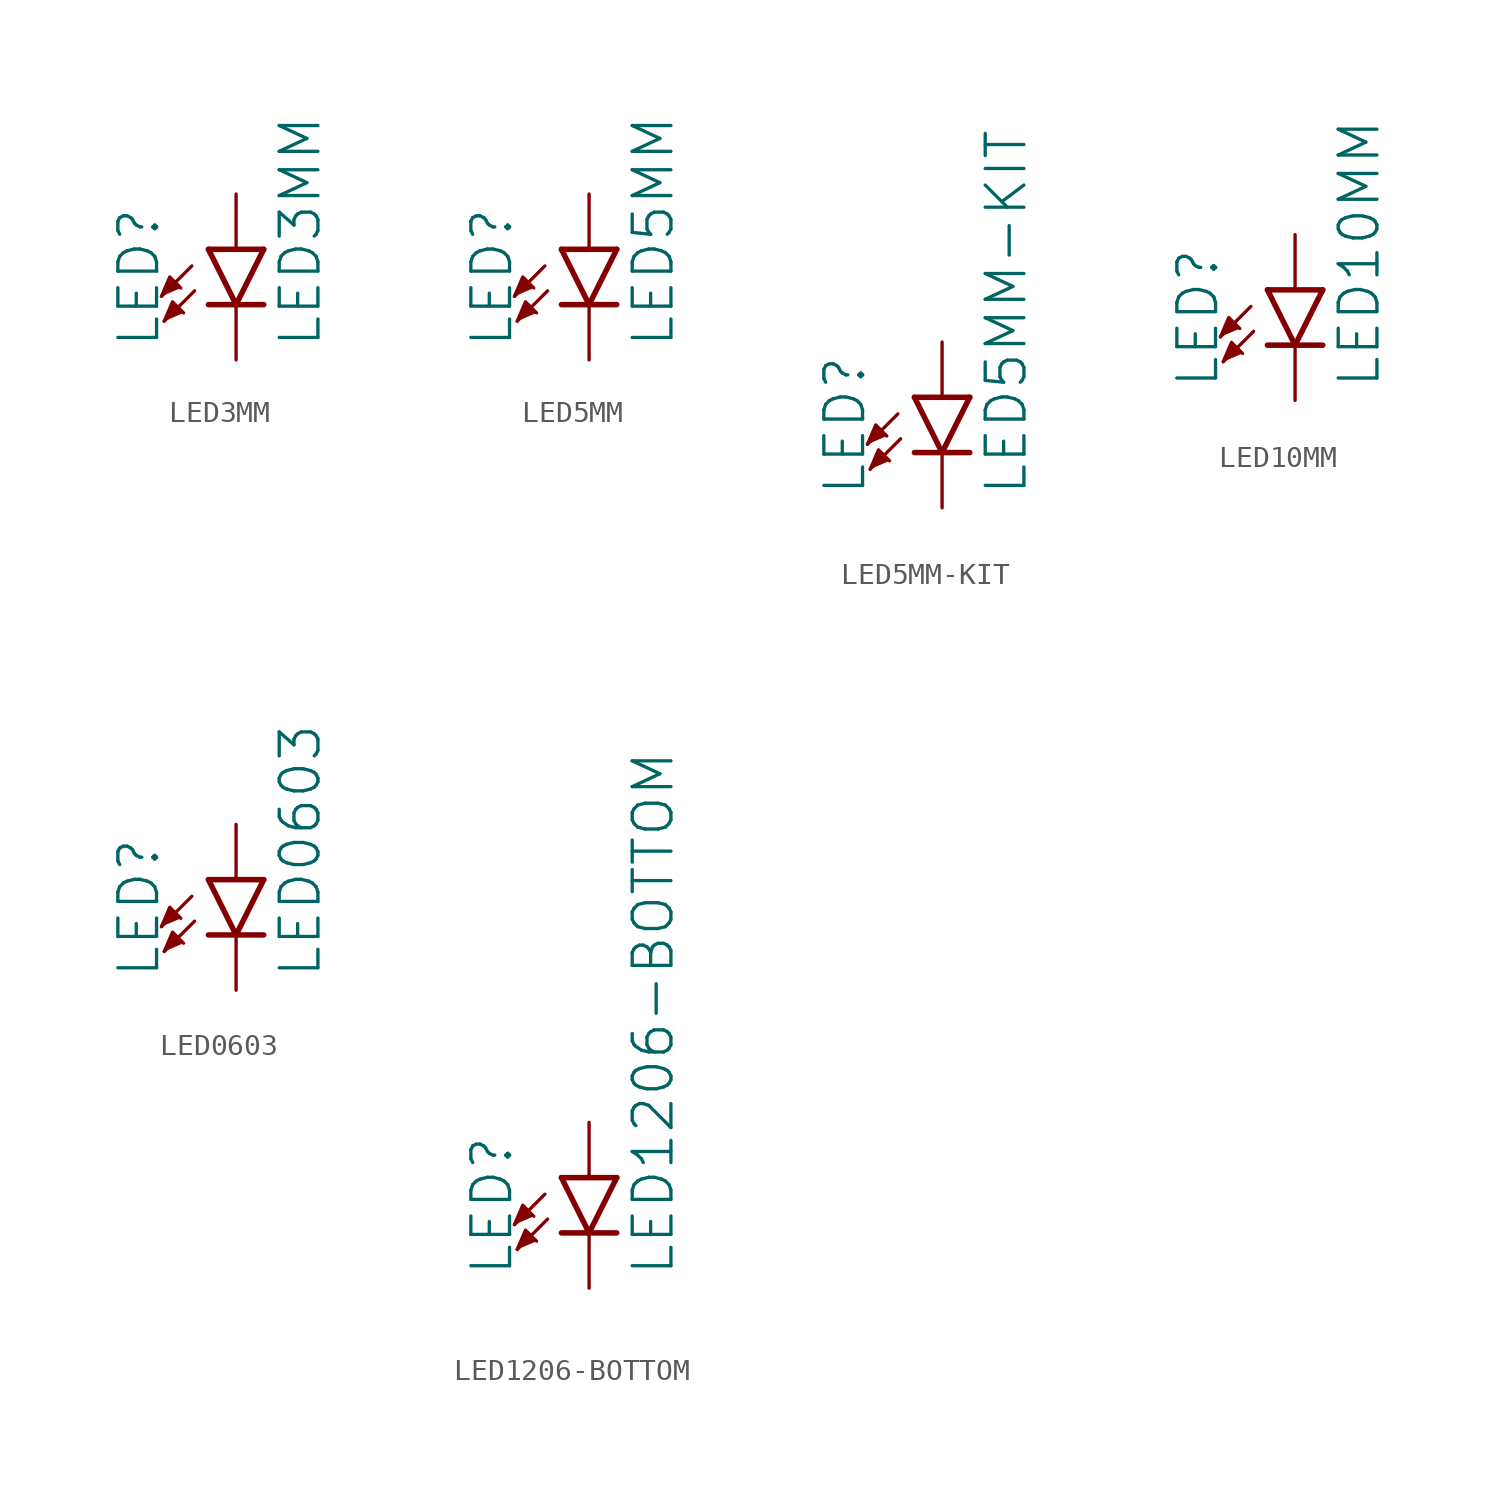
<source format=kicad_sym>
(kicad_symbol_lib
  (version 20211014)
  (generator kicad_symbol_editor)
  (symbol "LED3MM"
    (property "Reference" "LED"
      (at -3.429 -4.572 90)
      (effects (font (size 1.778 1.778)) (justify left bottom)))
    (property "Value" "LED3MM"
      (at 1.905 -4.572 90)
      (effects (font (size 1.778 1.778)) (justify left top)))
    (property "ki_locked" ""
      (at 0 0 0)
      (effects (font (size 1.27 1.27))))
    (symbol "LED3MM_1_0"
      (polyline (pts (xy -2.032 -0.762) (xy -3.429 -2.159)) (stroke (width 0.152) (type default) (color 0 0 0 0)) (fill (type none)))
      (polyline (pts (xy -1.905 -1.905) (xy -3.302 -3.302)) (stroke (width 0.152) (type default) (color 0 0 0 0)) (fill (type none)))
      (polyline (pts (xy 0 -2.54) (xy -1.27 -2.54)) (stroke (width 0.254) (type default) (color 0 0 0 0)) (fill (type none)))
      (polyline (pts (xy 0 -2.54) (xy -1.27 0)) (stroke (width 0.254) (type default) (color 0 0 0 0)) (fill (type none)))
      (polyline (pts (xy 1.27 -2.54) (xy 0 -2.54)) (stroke (width 0.254) (type default) (color 0 0 0 0)) (fill (type none)))
      (polyline (pts (xy 1.27 0) (xy -1.27 0)) (stroke (width 0.254) (type default) (color 0 0 0 0)) (fill (type none)))
      (polyline (pts (xy 1.27 0) (xy 0 -2.54)) (stroke (width 0.254) (type default) (color 0 0 0 0)) (fill (type none)))
      (polyline (pts (xy -3.429 -2.159) (xy -3.048 -1.27) (xy -2.54 -1.778)) (stroke (width 0) (type default) (color 0 0 0 0)) (fill (type outline)))
      (polyline (pts (xy -3.302 -3.302) (xy -2.921 -2.413) (xy -2.413 -2.921)) (stroke (width 0) (type default) (color 0 0 0 0)) (fill (type outline)))
      (pin passive line (at 0 2.54 270) (length 2.54) (name "A" (effects (font (size 0 0)))) (number "A" (effects (font (size 0 0)))))
      (pin passive line (at 0 -5.08 90) (length 2.54) (name "C" (effects (font (size 0 0)))) (number "K" (effects (font (size 0 0)))))))
  (symbol "LED5MM"
    (property "Reference" "LED"
      (at -3.429 -4.572 90)
      (effects (font (size 1.778 1.778)) (justify left bottom)))
    (property "Value" "LED5MM"
      (at 1.905 -4.572 90)
      (effects (font (size 1.778 1.778)) (justify left top)))
    (property "ki_locked" ""
      (at 0 0 0)
      (effects (font (size 1.27 1.27))))
    (symbol "LED5MM_1_0"
      (polyline (pts (xy -2.032 -0.762) (xy -3.429 -2.159)) (stroke (width 0.152) (type default) (color 0 0 0 0)) (fill (type none)))
      (polyline (pts (xy -1.905 -1.905) (xy -3.302 -3.302)) (stroke (width 0.152) (type default) (color 0 0 0 0)) (fill (type none)))
      (polyline (pts (xy 0 -2.54) (xy -1.27 -2.54)) (stroke (width 0.254) (type default) (color 0 0 0 0)) (fill (type none)))
      (polyline (pts (xy 0 -2.54) (xy -1.27 0)) (stroke (width 0.254) (type default) (color 0 0 0 0)) (fill (type none)))
      (polyline (pts (xy 1.27 -2.54) (xy 0 -2.54)) (stroke (width 0.254) (type default) (color 0 0 0 0)) (fill (type none)))
      (polyline (pts (xy 1.27 0) (xy -1.27 0)) (stroke (width 0.254) (type default) (color 0 0 0 0)) (fill (type none)))
      (polyline (pts (xy 1.27 0) (xy 0 -2.54)) (stroke (width 0.254) (type default) (color 0 0 0 0)) (fill (type none)))
      (polyline (pts (xy -3.429 -2.159) (xy -3.048 -1.27) (xy -2.54 -1.778)) (stroke (width 0) (type default) (color 0 0 0 0)) (fill (type outline)))
      (polyline (pts (xy -3.302 -3.302) (xy -2.921 -2.413) (xy -2.413 -2.921)) (stroke (width 0) (type default) (color 0 0 0 0)) (fill (type outline)))
      (pin passive line (at 0 2.54 270) (length 2.54) (name "A" (effects (font (size 0 0)))) (number "A" (effects (font (size 0 0)))))
      (pin passive line (at 0 -5.08 90) (length 2.54) (name "C" (effects (font (size 0 0)))) (number "K" (effects (font (size 0 0)))))))
  (symbol "LED5MM-KIT"
    (property "Reference" "LED"
      (at -3.429 -4.572 90)
      (effects (font (size 1.778 1.778)) (justify left bottom)))
    (property "Value" "LED5MM-KIT"
      (at 1.905 -4.572 90)
      (effects (font (size 1.778 1.778)) (justify left top)))
    (property "ki_locked" ""
      (at 0 0 0)
      (effects (font (size 1.27 1.27))))
    (symbol "LED5MM-KIT_1_0"
      (polyline (pts (xy -2.032 -0.762) (xy -3.429 -2.159)) (stroke (width 0.152) (type default) (color 0 0 0 0)) (fill (type none)))
      (polyline (pts (xy -1.905 -1.905) (xy -3.302 -3.302)) (stroke (width 0.152) (type default) (color 0 0 0 0)) (fill (type none)))
      (polyline (pts (xy 0 -2.54) (xy -1.27 -2.54)) (stroke (width 0.254) (type default) (color 0 0 0 0)) (fill (type none)))
      (polyline (pts (xy 0 -2.54) (xy -1.27 0)) (stroke (width 0.254) (type default) (color 0 0 0 0)) (fill (type none)))
      (polyline (pts (xy 1.27 -2.54) (xy 0 -2.54)) (stroke (width 0.254) (type default) (color 0 0 0 0)) (fill (type none)))
      (polyline (pts (xy 1.27 0) (xy -1.27 0)) (stroke (width 0.254) (type default) (color 0 0 0 0)) (fill (type none)))
      (polyline (pts (xy 1.27 0) (xy 0 -2.54)) (stroke (width 0.254) (type default) (color 0 0 0 0)) (fill (type none)))
      (polyline (pts (xy -3.429 -2.159) (xy -3.048 -1.27) (xy -2.54 -1.778)) (stroke (width 0) (type default) (color 0 0 0 0)) (fill (type outline)))
      (polyline (pts (xy -3.302 -3.302) (xy -2.921 -2.413) (xy -2.413 -2.921)) (stroke (width 0) (type default) (color 0 0 0 0)) (fill (type outline)))
      (pin passive line (at 0 2.54 270) (length 2.54) (name "A" (effects (font (size 0 0)))) (number "A" (effects (font (size 0 0)))))
      (pin passive line (at 0 -5.08 90) (length 2.54) (name "C" (effects (font (size 0 0)))) (number "K" (effects (font (size 0 0)))))))
  (symbol "LED10MM"
    (property "Reference" "LED"
      (at -3.429 -4.572 90)
      (effects (font (size 1.778 1.778)) (justify left bottom)))
    (property "Value" "LED10MM"
      (at 1.905 -4.572 90)
      (effects (font (size 1.778 1.778)) (justify left top)))
    (property "ki_locked" ""
      (at 0 0 0)
      (effects (font (size 1.27 1.27))))
    (symbol "LED10MM_1_0"
      (polyline (pts (xy -2.032 -0.762) (xy -3.429 -2.159)) (stroke (width 0.152) (type default) (color 0 0 0 0)) (fill (type none)))
      (polyline (pts (xy -1.905 -1.905) (xy -3.302 -3.302)) (stroke (width 0.152) (type default) (color 0 0 0 0)) (fill (type none)))
      (polyline (pts (xy 0 -2.54) (xy -1.27 -2.54)) (stroke (width 0.254) (type default) (color 0 0 0 0)) (fill (type none)))
      (polyline (pts (xy 0 -2.54) (xy -1.27 0)) (stroke (width 0.254) (type default) (color 0 0 0 0)) (fill (type none)))
      (polyline (pts (xy 1.27 -2.54) (xy 0 -2.54)) (stroke (width 0.254) (type default) (color 0 0 0 0)) (fill (type none)))
      (polyline (pts (xy 1.27 0) (xy -1.27 0)) (stroke (width 0.254) (type default) (color 0 0 0 0)) (fill (type none)))
      (polyline (pts (xy 1.27 0) (xy 0 -2.54)) (stroke (width 0.254) (type default) (color 0 0 0 0)) (fill (type none)))
      (polyline (pts (xy -3.429 -2.159) (xy -3.048 -1.27) (xy -2.54 -1.778)) (stroke (width 0) (type default) (color 0 0 0 0)) (fill (type outline)))
      (polyline (pts (xy -3.302 -3.302) (xy -2.921 -2.413) (xy -2.413 -2.921)) (stroke (width 0) (type default) (color 0 0 0 0)) (fill (type outline)))
      (pin passive line (at 0 2.54 270) (length 2.54) (name "A" (effects (font (size 0 0)))) (number "A" (effects (font (size 0 0)))))
      (pin passive line (at 0 -5.08 90) (length 2.54) (name "C" (effects (font (size 0 0)))) (number "C" (effects (font (size 0 0)))))))
  (symbol "LED0603"
    (property "Reference" "LED"
      (at -3.429 -4.572 90)
      (effects (font (size 1.778 1.778)) (justify left bottom)))
    (property "Value" "LED0603"
      (at 1.905 -4.572 90)
      (effects (font (size 1.778 1.778)) (justify left top)))
    (property "ki_locked" ""
      (at 0 0 0)
      (effects (font (size 1.27 1.27))))
    (symbol "LED0603_1_0"
      (polyline (pts (xy -2.032 -0.762) (xy -3.429 -2.159)) (stroke (width 0.152) (type default) (color 0 0 0 0)) (fill (type none)))
      (polyline (pts (xy -1.905 -1.905) (xy -3.302 -3.302)) (stroke (width 0.152) (type default) (color 0 0 0 0)) (fill (type none)))
      (polyline (pts (xy 0 -2.54) (xy -1.27 -2.54)) (stroke (width 0.254) (type default) (color 0 0 0 0)) (fill (type none)))
      (polyline (pts (xy 0 -2.54) (xy -1.27 0)) (stroke (width 0.254) (type default) (color 0 0 0 0)) (fill (type none)))
      (polyline (pts (xy 1.27 -2.54) (xy 0 -2.54)) (stroke (width 0.254) (type default) (color 0 0 0 0)) (fill (type none)))
      (polyline (pts (xy 1.27 0) (xy -1.27 0)) (stroke (width 0.254) (type default) (color 0 0 0 0)) (fill (type none)))
      (polyline (pts (xy 1.27 0) (xy 0 -2.54)) (stroke (width 0.254) (type default) (color 0 0 0 0)) (fill (type none)))
      (polyline (pts (xy -3.429 -2.159) (xy -3.048 -1.27) (xy -2.54 -1.778)) (stroke (width 0) (type default) (color 0 0 0 0)) (fill (type outline)))
      (polyline (pts (xy -3.302 -3.302) (xy -2.921 -2.413) (xy -2.413 -2.921)) (stroke (width 0) (type default) (color 0 0 0 0)) (fill (type outline)))
      (pin passive line (at 0 2.54 270) (length 2.54) (name "A" (effects (font (size 0 0)))) (number "A" (effects (font (size 0 0)))))
      (pin passive line (at 0 -5.08 90) (length 2.54) (name "C" (effects (font (size 0 0)))) (number "C" (effects (font (size 0 0)))))))
  (symbol "LED1206-BOTTOM"
    (property "Reference" "LED"
      (at -3.429 -4.572 90)
      (effects (font (size 1.778 1.778)) (justify left bottom)))
    (property "Value" "LED1206-BOTTOM"
      (at 1.905 -4.572 90)
      (effects (font (size 1.778 1.778)) (justify left top)))
    (property "ki_locked" ""
      (at 0 0 0)
      (effects (font (size 1.27 1.27))))
    (symbol "LED1206-BOTTOM_1_0"
      (polyline (pts (xy -2.032 -0.762) (xy -3.429 -2.159)) (stroke (width 0.152) (type default) (color 0 0 0 0)) (fill (type none)))
      (polyline (pts (xy -1.905 -1.905) (xy -3.302 -3.302)) (stroke (width 0.152) (type default) (color 0 0 0 0)) (fill (type none)))
      (polyline (pts (xy 0 -2.54) (xy -1.27 -2.54)) (stroke (width 0.254) (type default) (color 0 0 0 0)) (fill (type none)))
      (polyline (pts (xy 0 -2.54) (xy -1.27 0)) (stroke (width 0.254) (type default) (color 0 0 0 0)) (fill (type none)))
      (polyline (pts (xy 1.27 -2.54) (xy 0 -2.54)) (stroke (width 0.254) (type default) (color 0 0 0 0)) (fill (type none)))
      (polyline (pts (xy 1.27 0) (xy -1.27 0)) (stroke (width 0.254) (type default) (color 0 0 0 0)) (fill (type none)))
      (polyline (pts (xy 1.27 0) (xy 0 -2.54)) (stroke (width 0.254) (type default) (color 0 0 0 0)) (fill (type none)))
      (polyline (pts (xy -3.429 -2.159) (xy -3.048 -1.27) (xy -2.54 -1.778)) (stroke (width 0) (type default) (color 0 0 0 0)) (fill (type outline)))
      (polyline (pts (xy -3.302 -3.302) (xy -2.921 -2.413) (xy -2.413 -2.921)) (stroke (width 0) (type default) (color 0 0 0 0)) (fill (type outline)))
      (pin passive line (at 0 2.54 270) (length 2.54) (name "A" (effects (font (size 0 0)))) (number "A" (effects (font (size 0 0)))))
      (pin passive line (at 0 -5.08 90) (length 2.54) (name "C" (effects (font (size 0 0)))) (number "C" (effects (font (size 0 0))))))))
</source>
